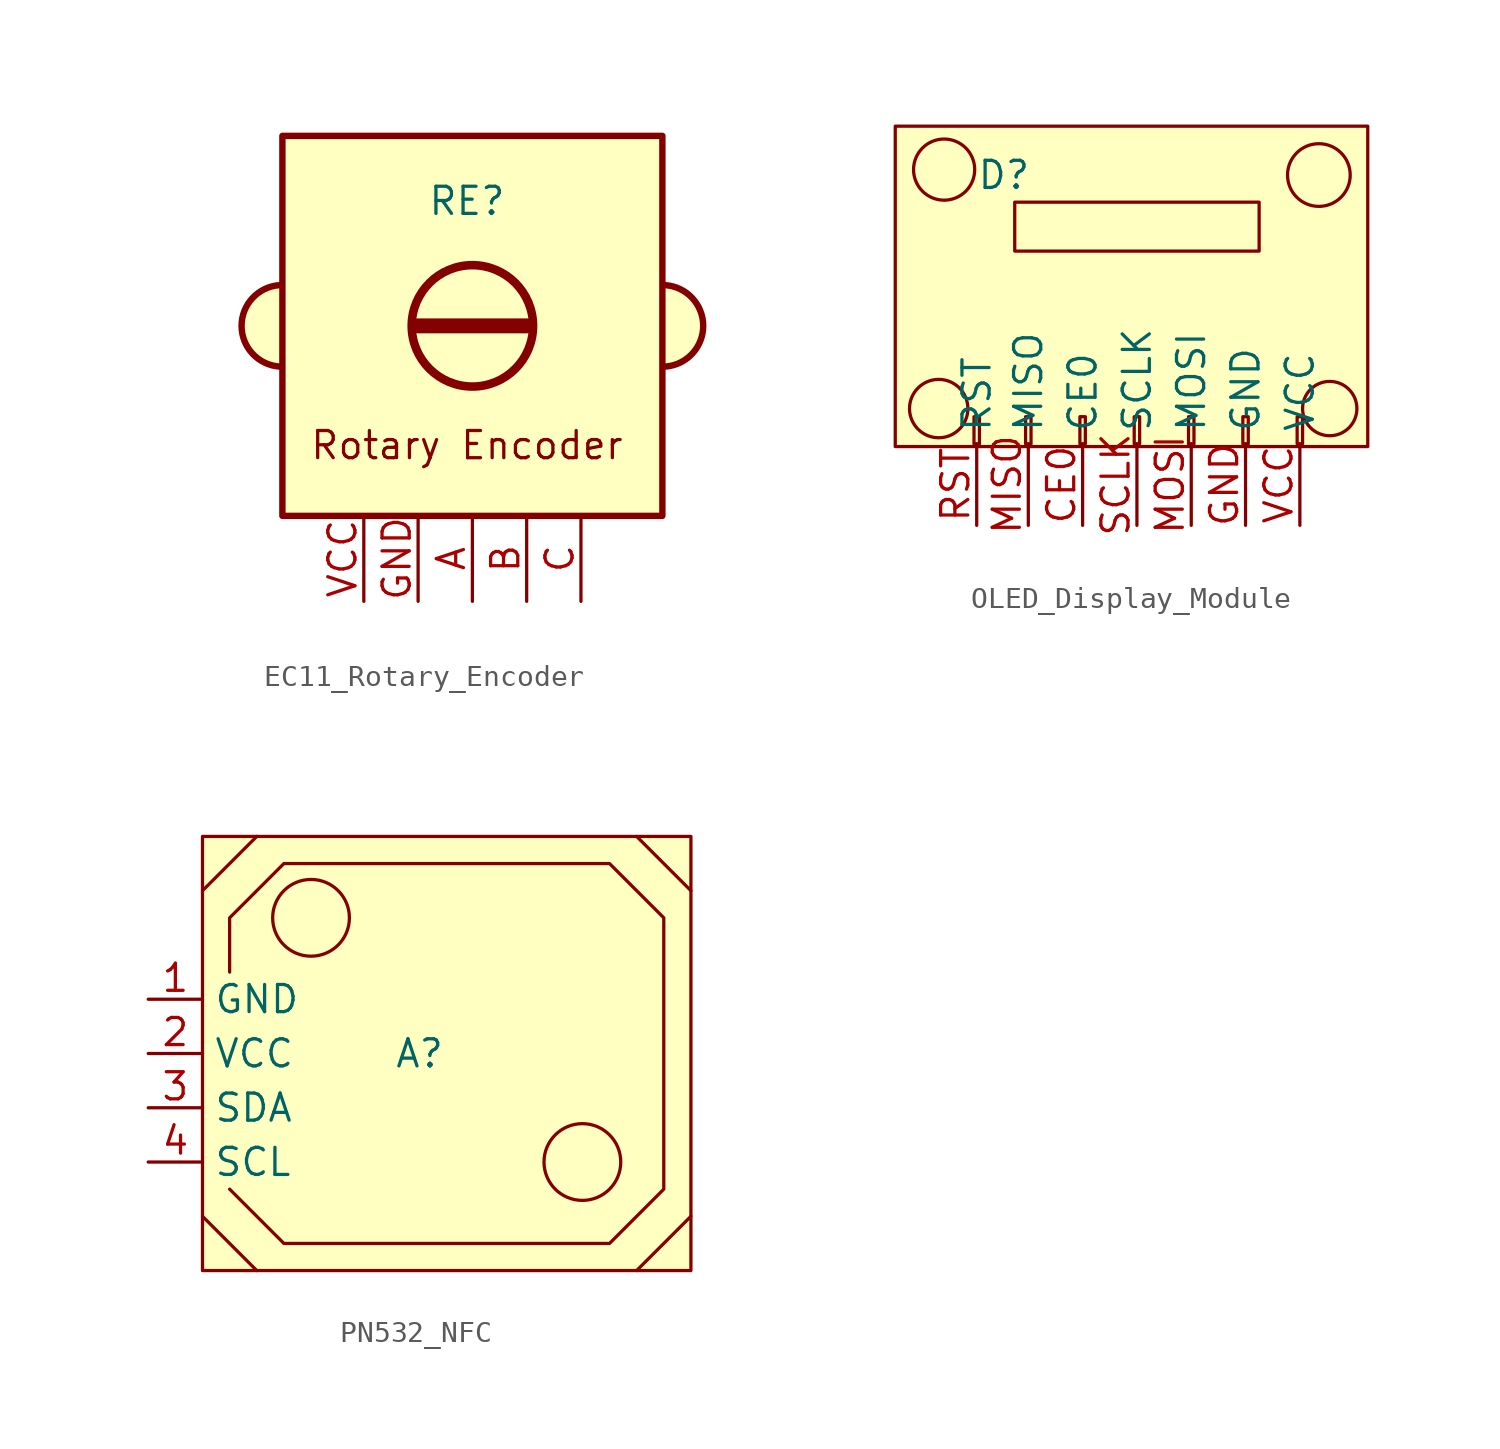
<source format=kicad_sym>
(kicad_symbol_lib
  (version 20220914)
  (generator kicad_symbol_editor)
  (symbol "EC11_Rotary_Encoder"
    (property "Reference" "RE"
      (at -0.254 5.842 0)
      (effects (font (size 1.27 1.27))))
    (property "Value" ""
      (at -15.24 3.81 0)
      (effects (font (size 1.27 1.27))))
    (symbol "EC11_Rotary_Encoder_1_1"
      (arc (start -9.0309 1.905) (mid -10.8002 0) (end -9.0309 -1.905) (stroke (width 0.3) (type default)) (fill (type background)))
      (rectangle (start -8.89 8.89) (end 8.89 -8.89) (stroke (width 0.3) (type default)) (fill (type background)))
      (polyline (pts (xy -2.54 0) (xy 2.54 0) (xy 2.54 0)) (stroke (width 0.7) (type solid)) (fill (type none)))
      (circle (center 0 0) (radius 2.84) (stroke (width 0.4) (type default)) (fill (type none)))
      (arc (start 9.031 -1.905) (mid 10.8002 0) (end 9.031 1.905) (stroke (width 0.3) (type default)) (fill (type background)))
      (text "Rotary Encoder" (at -0.254 -5.588 0) (effects (font (size 1.27 1.27))))
      (pin output line (at 0 -12.89 90) (length 4) (name "" (effects (font (size 1.27 1.27)))) (number "A" (effects (font (size 1.27 1.27)))))
      (pin output line (at 2.54 -12.89 90) (length 4) (name "" (effects (font (size 1.27 1.27)))) (number "B" (effects (font (size 1.27 1.27)))))
      (pin output line (at 5.08 -12.89 90) (length 4) (name "" (effects (font (size 1.27 1.27)))) (number "C" (effects (font (size 1.27 1.27)))))
      (pin power_in line (at -2.54 -12.89 90) (length 4) (name "" (effects (font (size 1.27 1.27)))) (number "GND" (effects (font (size 1.27 1.27)))))
      (pin power_in line (at -5.08 -12.89 90) (length 4) (name "" (effects (font (size 1.27 1.27)))) (number "VCC" (effects (font (size 1.27 1.27)))))))
  (symbol "OLED_Display_Module"
    (property "Reference" "D"
      (at 5.207 -2.413 0)
      (effects (font (size 1.27 1.27))))
    (property "Value" ""
      (at 2.667 -1.905 0)
      (effects (font (size 1.27 1.27))))
    (symbol "OLED_Display_Module_0_1"
      (rectangle (start 5.715 -3.683) (end 17.145 -5.969) (stroke (width 0) (type default)) (fill (type none))))
    (symbol "OLED_Display_Module_1_1"
      (rectangle (start 0.127 -0.127) (end 22.225 -15.113) (stroke (width 0) (type default)) (fill (type background)))
      (circle (center 2.159 -13.335) (radius 1.365) (stroke (width 0) (type default)) (fill (type none)))
      (circle (center 2.413 -2.159) (radius 1.43) (stroke (width 0) (type default)) (fill (type none)))
      (rectangle (start 3.81 -13.716) (end 4.064 -14.986) (stroke (width 0.152) (type default)) (fill (type none)))
      (rectangle (start 6.223 -13.716) (end 6.477 -14.986) (stroke (width 0.152) (type default)) (fill (type none)))
      (rectangle (start 8.763 -14.986) (end 9.017 -13.716) (stroke (width 0.152) (type default)) (fill (type none)))
      (rectangle (start 11.303 -14.986) (end 11.557 -13.716) (stroke (width 0.152) (type default)) (fill (type none)))
      (rectangle (start 13.843 -14.986) (end 14.097 -13.716) (stroke (width 0.152) (type default)) (fill (type none)))
      (rectangle (start 16.383 -14.986) (end 16.637 -13.716) (stroke (width 0.152) (type default)) (fill (type none)))
      (rectangle (start 18.923 -14.986) (end 19.177 -13.716) (stroke (width 0.152) (type default)) (fill (type none)))
      (circle (center 19.939 -2.413) (radius 1.466) (stroke (width 0) (type default)) (fill (type none)))
      (circle (center 20.447 -13.335) (radius 1.27) (stroke (width 0) (type default)) (fill (type none)))
      (pin passive line (at 8.89 -18.796 90) (length 3.81) (name "CE0" (effects (font (size 1.27 1.27)))) (number "CE0" (effects (font (size 1.27 1.27)))))
      (pin passive line (at 16.51 -18.796 90) (length 3.81) (name "GND" (effects (font (size 1.27 1.27)))) (number "GND" (effects (font (size 1.27 1.27)))))
      (pin passive line (at 6.35 -18.796 90) (length 3.81) (name "MISO" (effects (font (size 1.27 1.27)))) (number "MISO" (effects (font (size 1.27 1.27)))))
      (pin passive line (at 13.97 -18.796 90) (length 3.81) (name "MOSI" (effects (font (size 1.27 1.27)))) (number "MOSI" (effects (font (size 1.27 1.27)))))
      (pin passive line (at 3.937 -18.796 90) (length 3.81) (name "RST" (effects (font (size 1.27 1.27)))) (number "RST" (effects (font (size 1.27 1.27)))))
      (pin passive line (at 11.43 -18.796 90) (length 3.81) (name "SCLK" (effects (font (size 1.27 1.27)))) (number "SCLK" (effects (font (size 1.27 1.27)))))
      (pin passive line (at 19.05 -18.796 90) (length 3.81) (name "VCC" (effects (font (size 1.27 1.27)))) (number "VCC" (effects (font (size 1.27 1.27)))))))
  (symbol "PN532_NFC"
    (property "Reference" "A"
      (at -1.27 0 0)
      (effects (font (size 1.27 1.27))))
    (property "Value" ""
      (at 0 0 0)
      (effects (font (size 1.27 1.27))))
    (symbol "PN532_NFC_0_1"
      (circle (center -6.35 6.35) (radius 1.796) (stroke (width 0) (type default)) (fill (type none)))
      (polyline (pts (xy -11.43 7.62) (xy -8.89 10.16)) (stroke (width 0) (type default)) (fill (type none)))
      (polyline (pts (xy 8.89 10.16) (xy 11.43 7.62)) (stroke (width 0) (type default)) (fill (type none)))
      (polyline (pts (xy -10.16 3.81) (xy -10.16 6.35) (xy -7.62 8.89) (xy 7.62 8.89) (xy 10.16 6.35) (xy 10.16 -6.35) (xy 7.62 -8.89) (xy -6.35 -8.89) (xy -7.62 -8.89) (xy -10.16 -6.35)) (stroke (width 0) (type default)) (fill (type none)))
      (circle (center 6.35 -5.08) (radius 1.796) (stroke (width 0) (type default)) (fill (type none))))
    (symbol "PN532_NFC_1_1"
      (rectangle (start -11.43 10.16) (end 11.43 -10.16) (stroke (width 0) (type default)) (fill (type background)))
      (polyline (pts (xy -11.43 -7.62) (xy -8.89 -10.16)) (stroke (width 0) (type default)) (fill (type none)))
      (polyline (pts (xy 11.43 -7.62) (xy 8.89 -10.16)) (stroke (width 0) (type default)) (fill (type none)))
      (pin power_in line (at -13.97 2.54 0) (length 2.54) (name "GND" (effects (font (size 1.27 1.27)))) (number "1" (effects (font (size 1.27 1.27)))))
      (pin power_in line (at -13.97 0 0) (length 2.54) (name "VCC" (effects (font (size 1.27 1.27)))) (number "2" (effects (font (size 1.27 1.27)))))
      (pin bidirectional line (at -13.97 -2.54 0) (length 2.54) (name "SDA" (effects (font (size 1.27 1.27)))) (number "3" (effects (font (size 1.27 1.27)))))
      (pin bidirectional line (at -13.97 -5.08 0) (length 2.54) (name "SCL" (effects (font (size 1.27 1.27)))) (number "4" (effects (font (size 1.27 1.27))))))))
</source>
